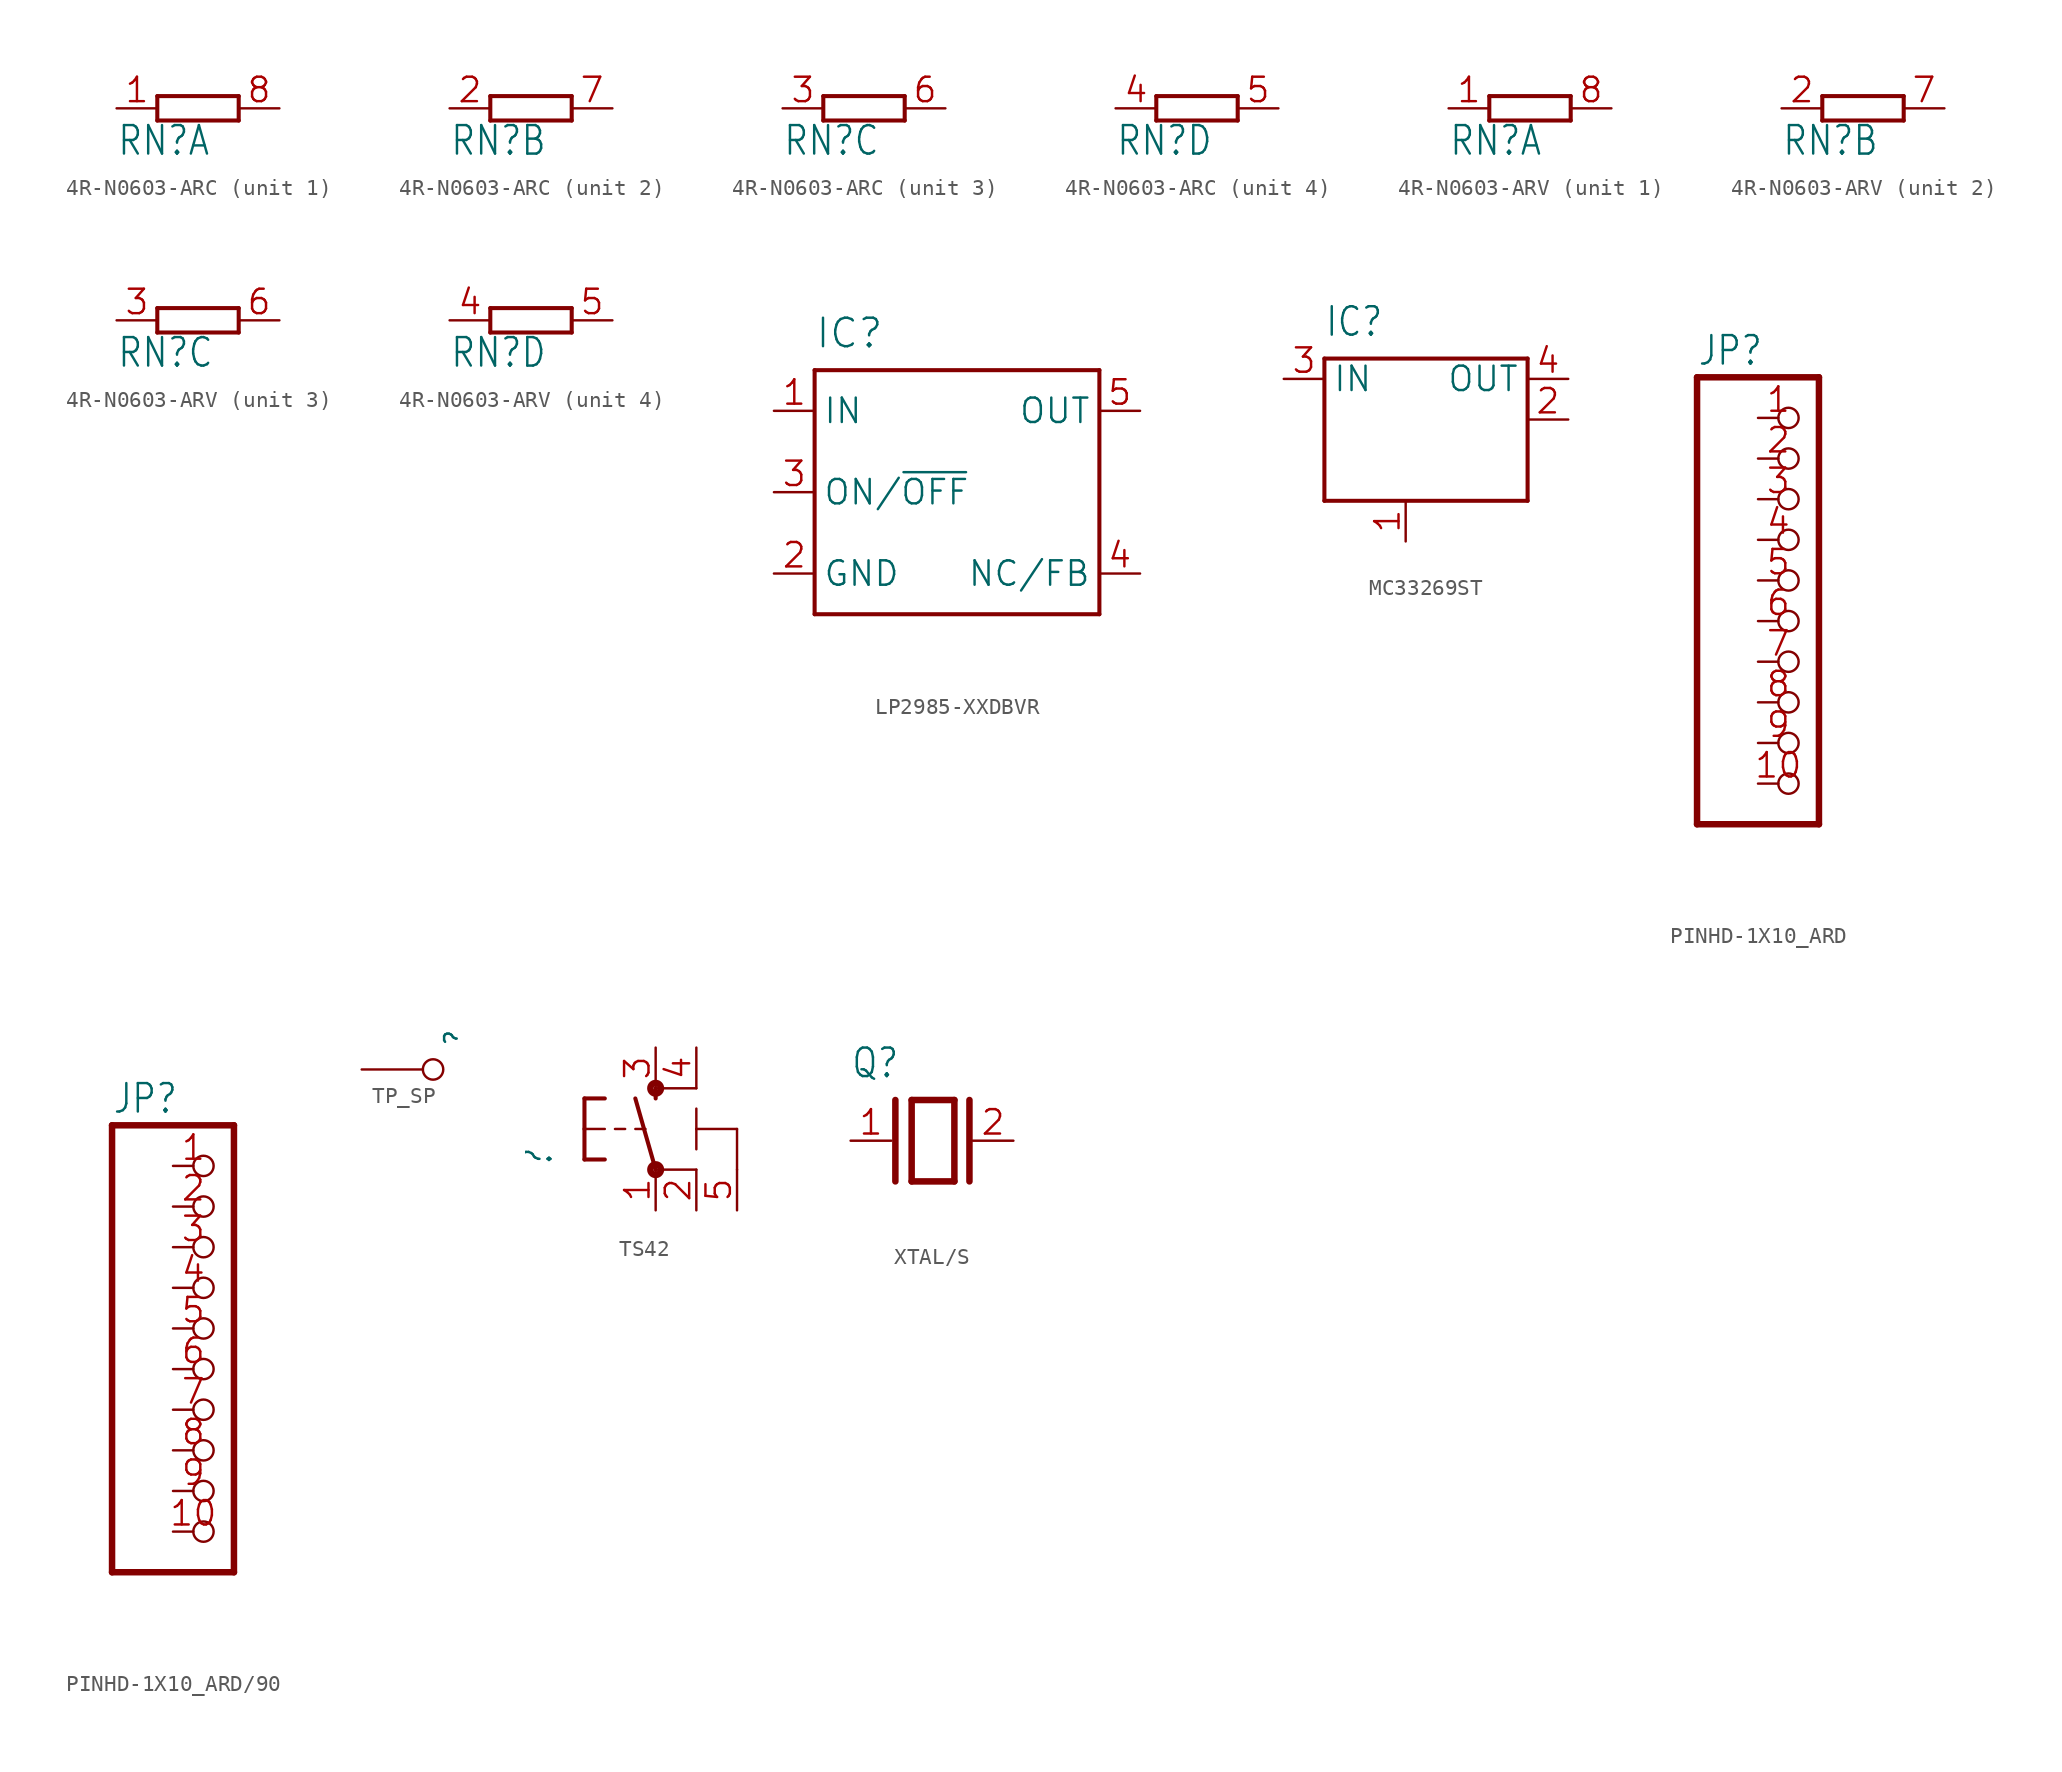
<source format=kicad_sym>
(kicad_symbol_lib
  (version 20241209)
  (generator "kicad_symbol_editor")
  (generator_version "9.0")
  (symbol "4R-N0603-ARC"
    (property "Reference" "RN"
      (at -5.08 -3.048 0)
      (effects (font (size 1.778 1.511)) (justify left bottom)))
    (property "Value" ""
      (at 2.54 -3.048 0)
      (effects (font (size 1.778 1.511)) (justify left bottom)))
    (property "ki_locked" ""
      (at 0 0 0)
      (effects (font (size 1.27 1.27))))
    (symbol "4R-N0603-ARC_1_0"
      (polyline (pts (xy -2.54 0.762) (xy -2.54 -0.762)) (stroke (width 0.254) (type solid)) (fill (type none)))
      (polyline (pts (xy -2.54 -0.762) (xy 2.54 -0.762)) (stroke (width 0.254) (type solid)) (fill (type none)))
      (polyline (pts (xy 2.54 0.762) (xy -2.54 0.762)) (stroke (width 0.254) (type solid)) (fill (type none)))
      (polyline (pts (xy 2.54 -0.762) (xy 2.54 0.762)) (stroke (width 0.254) (type solid)) (fill (type none)))
      (pin passive line (at -5.08 0 0) (length 2.54) (name "1" (effects (font (size 0 0)))) (number "1" (effects (font (size 1.524 1.524)))))
      (pin passive line (at 5.08 0 180) (length 2.54) (name "2" (effects (font (size 0 0)))) (number "8" (effects (font (size 1.524 1.524))))))
    (symbol "4R-N0603-ARC_2_0"
      (polyline (pts (xy -2.54 0.762) (xy -2.54 -0.762)) (stroke (width 0.254) (type solid)) (fill (type none)))
      (polyline (pts (xy -2.54 -0.762) (xy 2.54 -0.762)) (stroke (width 0.254) (type solid)) (fill (type none)))
      (polyline (pts (xy 2.54 0.762) (xy -2.54 0.762)) (stroke (width 0.254) (type solid)) (fill (type none)))
      (polyline (pts (xy 2.54 -0.762) (xy 2.54 0.762)) (stroke (width 0.254) (type solid)) (fill (type none)))
      (pin passive line (at -5.08 0 0) (length 2.54) (name "1" (effects (font (size 0 0)))) (number "2" (effects (font (size 1.524 1.524)))))
      (pin passive line (at 5.08 0 180) (length 2.54) (name "2" (effects (font (size 0 0)))) (number "7" (effects (font (size 1.524 1.524))))))
    (symbol "4R-N0603-ARC_3_0"
      (polyline (pts (xy -2.54 0.762) (xy -2.54 -0.762)) (stroke (width 0.254) (type solid)) (fill (type none)))
      (polyline (pts (xy -2.54 -0.762) (xy 2.54 -0.762)) (stroke (width 0.254) (type solid)) (fill (type none)))
      (polyline (pts (xy 2.54 0.762) (xy -2.54 0.762)) (stroke (width 0.254) (type solid)) (fill (type none)))
      (polyline (pts (xy 2.54 -0.762) (xy 2.54 0.762)) (stroke (width 0.254) (type solid)) (fill (type none)))
      (pin passive line (at -5.08 0 0) (length 2.54) (name "1" (effects (font (size 0 0)))) (number "3" (effects (font (size 1.524 1.524)))))
      (pin passive line (at 5.08 0 180) (length 2.54) (name "2" (effects (font (size 0 0)))) (number "6" (effects (font (size 1.524 1.524))))))
    (symbol "4R-N0603-ARC_4_0"
      (polyline (pts (xy -2.54 0.762) (xy -2.54 -0.762)) (stroke (width 0.254) (type solid)) (fill (type none)))
      (polyline (pts (xy -2.54 -0.762) (xy 2.54 -0.762)) (stroke (width 0.254) (type solid)) (fill (type none)))
      (polyline (pts (xy 2.54 0.762) (xy -2.54 0.762)) (stroke (width 0.254) (type solid)) (fill (type none)))
      (polyline (pts (xy 2.54 -0.762) (xy 2.54 0.762)) (stroke (width 0.254) (type solid)) (fill (type none)))
      (pin passive line (at -5.08 0 0) (length 2.54) (name "1" (effects (font (size 0 0)))) (number "4" (effects (font (size 1.524 1.524)))))
      (pin passive line (at 5.08 0 180) (length 2.54) (name "2" (effects (font (size 0 0)))) (number "5" (effects (font (size 1.524 1.524)))))))
  (symbol "4R-N0603-ARV"
    (property "Reference" "RN"
      (at -5.08 -3.048 0)
      (effects (font (size 1.778 1.511)) (justify left bottom)))
    (property "Value" ""
      (at 2.54 -3.048 0)
      (effects (font (size 1.778 1.511)) (justify left bottom)))
    (property "ki_locked" ""
      (at 0 0 0)
      (effects (font (size 1.27 1.27))))
    (symbol "4R-N0603-ARV_1_0"
      (polyline (pts (xy -2.54 0.762) (xy -2.54 -0.762)) (stroke (width 0.254) (type solid)) (fill (type none)))
      (polyline (pts (xy -2.54 -0.762) (xy 2.54 -0.762)) (stroke (width 0.254) (type solid)) (fill (type none)))
      (polyline (pts (xy 2.54 0.762) (xy -2.54 0.762)) (stroke (width 0.254) (type solid)) (fill (type none)))
      (polyline (pts (xy 2.54 -0.762) (xy 2.54 0.762)) (stroke (width 0.254) (type solid)) (fill (type none)))
      (pin passive line (at -5.08 0 0) (length 2.54) (name "1" (effects (font (size 0 0)))) (number "1" (effects (font (size 1.524 1.524)))))
      (pin passive line (at 5.08 0 180) (length 2.54) (name "2" (effects (font (size 0 0)))) (number "8" (effects (font (size 1.524 1.524))))))
    (symbol "4R-N0603-ARV_2_0"
      (polyline (pts (xy -2.54 0.762) (xy -2.54 -0.762)) (stroke (width 0.254) (type solid)) (fill (type none)))
      (polyline (pts (xy -2.54 -0.762) (xy 2.54 -0.762)) (stroke (width 0.254) (type solid)) (fill (type none)))
      (polyline (pts (xy 2.54 0.762) (xy -2.54 0.762)) (stroke (width 0.254) (type solid)) (fill (type none)))
      (polyline (pts (xy 2.54 -0.762) (xy 2.54 0.762)) (stroke (width 0.254) (type solid)) (fill (type none)))
      (pin passive line (at -5.08 0 0) (length 2.54) (name "1" (effects (font (size 0 0)))) (number "2" (effects (font (size 1.524 1.524)))))
      (pin passive line (at 5.08 0 180) (length 2.54) (name "2" (effects (font (size 0 0)))) (number "7" (effects (font (size 1.524 1.524))))))
    (symbol "4R-N0603-ARV_3_0"
      (polyline (pts (xy -2.54 0.762) (xy -2.54 -0.762)) (stroke (width 0.254) (type solid)) (fill (type none)))
      (polyline (pts (xy -2.54 -0.762) (xy 2.54 -0.762)) (stroke (width 0.254) (type solid)) (fill (type none)))
      (polyline (pts (xy 2.54 0.762) (xy -2.54 0.762)) (stroke (width 0.254) (type solid)) (fill (type none)))
      (polyline (pts (xy 2.54 -0.762) (xy 2.54 0.762)) (stroke (width 0.254) (type solid)) (fill (type none)))
      (pin passive line (at -5.08 0 0) (length 2.54) (name "1" (effects (font (size 0 0)))) (number "3" (effects (font (size 1.524 1.524)))))
      (pin passive line (at 5.08 0 180) (length 2.54) (name "2" (effects (font (size 0 0)))) (number "6" (effects (font (size 1.524 1.524))))))
    (symbol "4R-N0603-ARV_4_0"
      (polyline (pts (xy -2.54 0.762) (xy -2.54 -0.762)) (stroke (width 0.254) (type solid)) (fill (type none)))
      (polyline (pts (xy -2.54 -0.762) (xy 2.54 -0.762)) (stroke (width 0.254) (type solid)) (fill (type none)))
      (polyline (pts (xy 2.54 0.762) (xy -2.54 0.762)) (stroke (width 0.254) (type solid)) (fill (type none)))
      (polyline (pts (xy 2.54 -0.762) (xy 2.54 0.762)) (stroke (width 0.254) (type solid)) (fill (type none)))
      (pin passive line (at -5.08 0 0) (length 2.54) (name "1" (effects (font (size 0 0)))) (number "4" (effects (font (size 1.524 1.524)))))
      (pin passive line (at 5.08 0 180) (length 2.54) (name "2" (effects (font (size 0 0)))) (number "5" (effects (font (size 1.524 1.524)))))))
  (symbol "LP2985-XXDBVR"
    (property "Reference" "IC"
      (at -7.62 8.89 0)
      (effects (font (size 1.778 1.778)) (justify left bottom)))
    (property "Value" ""
      (at -7.62 -10.16 0)
      (effects (font (size 1.778 1.778)) (justify left bottom)))
    (property "ki_locked" ""
      (at 0 0 0)
      (effects (font (size 1.27 1.27))))
    (symbol "LP2985-XXDBVR_1_0"
      (polyline (pts (xy -7.62 7.62) (xy 10.16 7.62)) (stroke (width 0.254) (type solid)) (fill (type none)))
      (polyline (pts (xy -7.62 -7.62) (xy -7.62 7.62)) (stroke (width 0.254) (type solid)) (fill (type none)))
      (polyline (pts (xy 10.16 7.62) (xy 10.16 -7.62)) (stroke (width 0.254) (type solid)) (fill (type none)))
      (polyline (pts (xy 10.16 -7.62) (xy -7.62 -7.62)) (stroke (width 0.254) (type solid)) (fill (type none)))
      (pin input line (at -10.16 5.08 0) (length 2.54) (name "IN" (effects (font (size 1.524 1.524)))) (number "1" (effects (font (size 1.524 1.524)))))
      (pin input line (at -10.16 0 0) (length 2.54) (name "ON/~{OFF}" (effects (font (size 1.524 1.524)))) (number "3" (effects (font (size 1.524 1.524)))))
      (pin power_in line (at -10.16 -5.08 0) (length 2.54) (name "GND" (effects (font (size 1.524 1.524)))) (number "2" (effects (font (size 1.524 1.524)))))
      (pin passive line (at 12.7 5.08 180) (length 2.54) (name "OUT" (effects (font (size 1.524 1.524)))) (number "5" (effects (font (size 1.524 1.524)))))
      (pin passive line (at 12.7 -5.08 180) (length 2.54) (name "NC/FB" (effects (font (size 1.524 1.524)))) (number "4" (effects (font (size 1.524 1.524)))))))
  (symbol "MC33269ST"
    (property "Reference" "IC"
      (at -5.08 7.62 0)
      (effects (font (size 1.778 1.511)) (justify left bottom)))
    (property "Value" ""
      (at 3.81 -5.08 0)
      (effects (font (size 1.778 1.511)) (justify left bottom)))
    (property "ki_locked" ""
      (at 0 0 0)
      (effects (font (size 1.27 1.27))))
    (symbol "MC33269ST_1_0"
      (polyline (pts (xy -5.08 6.35) (xy 7.62 6.35)) (stroke (width 0.254) (type solid)) (fill (type none)))
      (polyline (pts (xy -5.08 -2.54) (xy -5.08 6.35)) (stroke (width 0.254) (type solid)) (fill (type none)))
      (polyline (pts (xy 7.62 6.35) (xy 7.62 -2.54)) (stroke (width 0.254) (type solid)) (fill (type none)))
      (polyline (pts (xy 7.62 -2.54) (xy -5.08 -2.54)) (stroke (width 0.254) (type solid)) (fill (type none)))
      (pin input line (at -7.62 5.08 0) (length 2.54) (name "IN" (effects (font (size 1.524 1.524)))) (number "3" (effects (font (size 1.524 1.524)))))
      (pin input line (at 0 -5.08 90) (length 2.54) (name "GND/ADJ" (effects (font (size 0 0)))) (number "1" (effects (font (size 1.524 1.524)))))
      (pin passive line (at 10.16 5.08 180) (length 2.54) (name "OUT" (effects (font (size 1.524 1.524)))) (number "4" (effects (font (size 1.524 1.524)))))
      (pin passive line (at 10.16 2.54 180) (length 2.54) (name "OUT@1" (effects (font (size 0 0)))) (number "2" (effects (font (size 1.524 1.524)))))))
  (symbol "PINHD-1X10_ARD"
    (property "Reference" "JP"
      (at -6.35 13.335 0)
      (effects (font (size 1.778 1.511)) (justify left bottom)))
    (property "Value" ""
      (at -6.35 -17.78 0)
      (effects (font (size 1.778 1.511)) (justify left bottom)))
    (property "ki_locked" ""
      (at 0 0 0)
      (effects (font (size 1.27 1.27))))
    (symbol "PINHD-1X10_ARD_1_0"
      (polyline (pts (xy -6.35 12.7) (xy -6.35 -15.24)) (stroke (width 0.406) (type solid)) (fill (type none)))
      (polyline (pts (xy -6.35 -15.24) (xy 1.27 -15.24)) (stroke (width 0.406) (type solid)) (fill (type none)))
      (polyline (pts (xy 1.27 12.7) (xy -6.35 12.7)) (stroke (width 0.406) (type solid)) (fill (type none)))
      (polyline (pts (xy 1.27 -15.24) (xy 1.27 12.7)) (stroke (width 0.406) (type solid)) (fill (type none)))
      (pin passive inverted (at -2.54 10.16 0) (length 2.54) (name "1" (effects (font (size 0 0)))) (number "1" (effects (font (size 1.524 1.524)))))
      (pin passive inverted (at -2.54 7.62 0) (length 2.54) (name "2" (effects (font (size 0 0)))) (number "2" (effects (font (size 1.524 1.524)))))
      (pin passive inverted (at -2.54 5.08 0) (length 2.54) (name "3" (effects (font (size 0 0)))) (number "3" (effects (font (size 1.524 1.524)))))
      (pin passive inverted (at -2.54 2.54 0) (length 2.54) (name "4" (effects (font (size 0 0)))) (number "4" (effects (font (size 1.524 1.524)))))
      (pin passive inverted (at -2.54 0 0) (length 2.54) (name "5" (effects (font (size 0 0)))) (number "5" (effects (font (size 1.524 1.524)))))
      (pin passive inverted (at -2.54 -2.54 0) (length 2.54) (name "6" (effects (font (size 0 0)))) (number "6" (effects (font (size 1.524 1.524)))))
      (pin passive inverted (at -2.54 -5.08 0) (length 2.54) (name "7" (effects (font (size 0 0)))) (number "7" (effects (font (size 1.524 1.524)))))
      (pin passive inverted (at -2.54 -7.62 0) (length 2.54) (name "8" (effects (font (size 0 0)))) (number "8" (effects (font (size 1.524 1.524)))))
      (pin passive inverted (at -2.54 -10.16 0) (length 2.54) (name "9" (effects (font (size 0 0)))) (number "9" (effects (font (size 1.524 1.524)))))
      (pin passive inverted (at -2.54 -12.7 0) (length 2.54) (name "10" (effects (font (size 0 0)))) (number "10" (effects (font (size 1.524 1.524)))))))
  (symbol "PINHD-1X10_ARD/90"
    (property "Reference" "JP"
      (at -6.35 13.335 0)
      (effects (font (size 1.778 1.511)) (justify left bottom)))
    (property "Value" ""
      (at -6.35 -17.78 0)
      (effects (font (size 1.778 1.511)) (justify left bottom)))
    (property "ki_locked" ""
      (at 0 0 0)
      (effects (font (size 1.27 1.27))))
    (symbol "PINHD-1X10_ARD/90_1_0"
      (polyline (pts (xy -6.35 12.7) (xy -6.35 -15.24)) (stroke (width 0.406) (type solid)) (fill (type none)))
      (polyline (pts (xy -6.35 -15.24) (xy 1.27 -15.24)) (stroke (width 0.406) (type solid)) (fill (type none)))
      (polyline (pts (xy 1.27 12.7) (xy -6.35 12.7)) (stroke (width 0.406) (type solid)) (fill (type none)))
      (polyline (pts (xy 1.27 -15.24) (xy 1.27 12.7)) (stroke (width 0.406) (type solid)) (fill (type none)))
      (pin passive inverted (at -2.54 10.16 0) (length 2.54) (name "1" (effects (font (size 0 0)))) (number "1" (effects (font (size 1.524 1.524)))))
      (pin passive inverted (at -2.54 7.62 0) (length 2.54) (name "2" (effects (font (size 0 0)))) (number "2" (effects (font (size 1.524 1.524)))))
      (pin passive inverted (at -2.54 5.08 0) (length 2.54) (name "3" (effects (font (size 0 0)))) (number "3" (effects (font (size 1.524 1.524)))))
      (pin passive inverted (at -2.54 2.54 0) (length 2.54) (name "4" (effects (font (size 0 0)))) (number "4" (effects (font (size 1.524 1.524)))))
      (pin passive inverted (at -2.54 0 0) (length 2.54) (name "5" (effects (font (size 0 0)))) (number "5" (effects (font (size 1.524 1.524)))))
      (pin passive inverted (at -2.54 -2.54 0) (length 2.54) (name "6" (effects (font (size 0 0)))) (number "6" (effects (font (size 1.524 1.524)))))
      (pin passive inverted (at -2.54 -5.08 0) (length 2.54) (name "7" (effects (font (size 0 0)))) (number "7" (effects (font (size 1.524 1.524)))))
      (pin passive inverted (at -2.54 -7.62 0) (length 2.54) (name "8" (effects (font (size 0 0)))) (number "8" (effects (font (size 1.524 1.524)))))
      (pin passive inverted (at -2.54 -10.16 0) (length 2.54) (name "9" (effects (font (size 0 0)))) (number "9" (effects (font (size 1.524 1.524)))))
      (pin passive inverted (at -2.54 -12.7 0) (length 2.54) (name "10" (effects (font (size 0 0)))) (number "10" (effects (font (size 1.524 1.524)))))))
  (symbol "TP_SP"
    (property "Reference" ""
      (at 5.08 2.54 90)
      (effects (font (size 1.27 1.079)) (justify right top)))
    (property "ki_locked" ""
      (at 0 0 0)
      (effects (font (size 1.27 1.27))))
    (symbol "TP_SP_1_0"
      (pin passive inverted (at 0 0 0) (length 5.08) (name "TESTP" (effects (font (size 0 0)))) (number "X" (effects (font (size 0 0)))))))
  (symbol "TS42"
    (property "Reference" ""
      (at -6.35 -2.54 90)
      (effects (font (size 1.778 1.511)) (justify left bottom)))
    (property "Value" ""
      (at -3.81 3.175 90)
      (effects (font (size 1.778 1.511)) (justify left bottom)))
    (property "ki_locked" ""
      (at 0 0 0)
      (effects (font (size 1.27 1.27))))
    (symbol "TS42_1_0"
      (polyline (pts (xy -4.445 1.905) (xy -4.445 0)) (stroke (width 0.254) (type solid)) (fill (type none)))
      (polyline (pts (xy -4.445 1.905) (xy -3.175 1.905)) (stroke (width 0.254) (type solid)) (fill (type none)))
      (polyline (pts (xy -4.445 0) (xy -4.445 -1.905)) (stroke (width 0.254) (type solid)) (fill (type none)))
      (polyline (pts (xy -4.445 0) (xy -3.175 0)) (stroke (width 0.152) (type solid)) (fill (type none)))
      (polyline (pts (xy -4.445 -1.905) (xy -3.175 -1.905)) (stroke (width 0.254) (type solid)) (fill (type none)))
      (polyline (pts (xy -2.54 0) (xy -1.905 0)) (stroke (width 0.152) (type solid)) (fill (type none)))
      (polyline (pts (xy -1.27 0) (xy -0.635 0)) (stroke (width 0.152) (type solid)) (fill (type none)))
      (circle (center 0 2.54) (radius 0.127) (stroke (width 0.406) (type solid)) (fill (type none)))
      (polyline (pts (xy 0 1.905) (xy 0 2.54)) (stroke (width 0.254) (type solid)) (fill (type none)))
      (polyline (pts (xy 0 -2.54) (xy -1.27 1.905)) (stroke (width 0.254) (type solid)) (fill (type none)))
      (circle (center 0 -2.54) (radius 0.127) (stroke (width 0.406) (type solid)) (fill (type none)))
      (polyline (pts (xy 2.54 2.54) (xy 0 2.54)) (stroke (width 0.152) (type solid)) (fill (type none)))
      (polyline (pts (xy 2.54 0) (xy 2.54 1.27)) (stroke (width 0.152) (type solid)) (fill (type none)))
      (polyline (pts (xy 2.54 0) (xy 2.54 -1.27)) (stroke (width 0.152) (type solid)) (fill (type none)))
      (polyline (pts (xy 2.54 -2.54) (xy 0 -2.54)) (stroke (width 0.152) (type solid)) (fill (type none)))
      (polyline (pts (xy 5.08 0) (xy 2.54 0)) (stroke (width 0.152) (type solid)) (fill (type none)))
      (polyline (pts (xy 5.08 -2.54) (xy 5.08 0)) (stroke (width 0.152) (type solid)) (fill (type none)))
      (pin passive line (at 0 5.08 270) (length 2.54) (name "3" (effects (font (size 0 0)))) (number "3" (effects (font (size 1.524 1.524)))))
      (pin passive line (at 0 -5.08 90) (length 2.54) (name "1" (effects (font (size 0 0)))) (number "1" (effects (font (size 1.524 1.524)))))
      (pin passive line (at 2.54 5.08 270) (length 2.54) (name "4" (effects (font (size 0 0)))) (number "4" (effects (font (size 1.524 1.524)))))
      (pin passive line (at 2.54 -5.08 90) (length 2.54) (name "2" (effects (font (size 0 0)))) (number "2" (effects (font (size 1.524 1.524)))))
      (pin power_in line (at 5.08 -5.08 90) (length 2.54) (name "5-GND" (effects (font (size 0 0)))) (number "5" (effects (font (size 1.524 1.524)))))))
  (symbol "XTAL/S"
    (property "Reference" "Q"
      (at -5.08 3.81 0)
      (effects (font (size 1.778 1.511)) (justify left bottom)))
    (property "Value" ""
      (at -5.08 -5.08 0)
      (effects (font (size 1.778 1.511)) (justify left bottom)))
    (property "ki_locked" ""
      (at 0 0 0)
      (effects (font (size 1.27 1.27))))
    (symbol "XTAL/S_1_0"
      (polyline (pts (xy -2.286 2.54) (xy -2.286 -2.54)) (stroke (width 0.406) (type solid)) (fill (type none)))
      (polyline (pts (xy -1.27 2.54) (xy -1.27 -2.54)) (stroke (width 0.406) (type solid)) (fill (type none)))
      (polyline (pts (xy -1.27 2.54) (xy 1.397 2.54)) (stroke (width 0.406) (type solid)) (fill (type none)))
      (polyline (pts (xy 1.397 2.54) (xy 1.397 -2.54)) (stroke (width 0.406) (type solid)) (fill (type none)))
      (polyline (pts (xy 1.397 -2.54) (xy -1.27 -2.54)) (stroke (width 0.406) (type solid)) (fill (type none)))
      (polyline (pts (xy 2.337 2.54) (xy 2.337 -2.54)) (stroke (width 0.406) (type solid)) (fill (type none)))
      (pin passive line (at -5.08 0 0) (length 2.54) (name "1" (effects (font (size 0 0)))) (number "1" (effects (font (size 1.524 1.524)))))
      (pin passive line (at 5.08 0 180) (length 2.54) (name "2" (effects (font (size 0 0)))) (number "2" (effects (font (size 1.524 1.524))))))))
</source>
